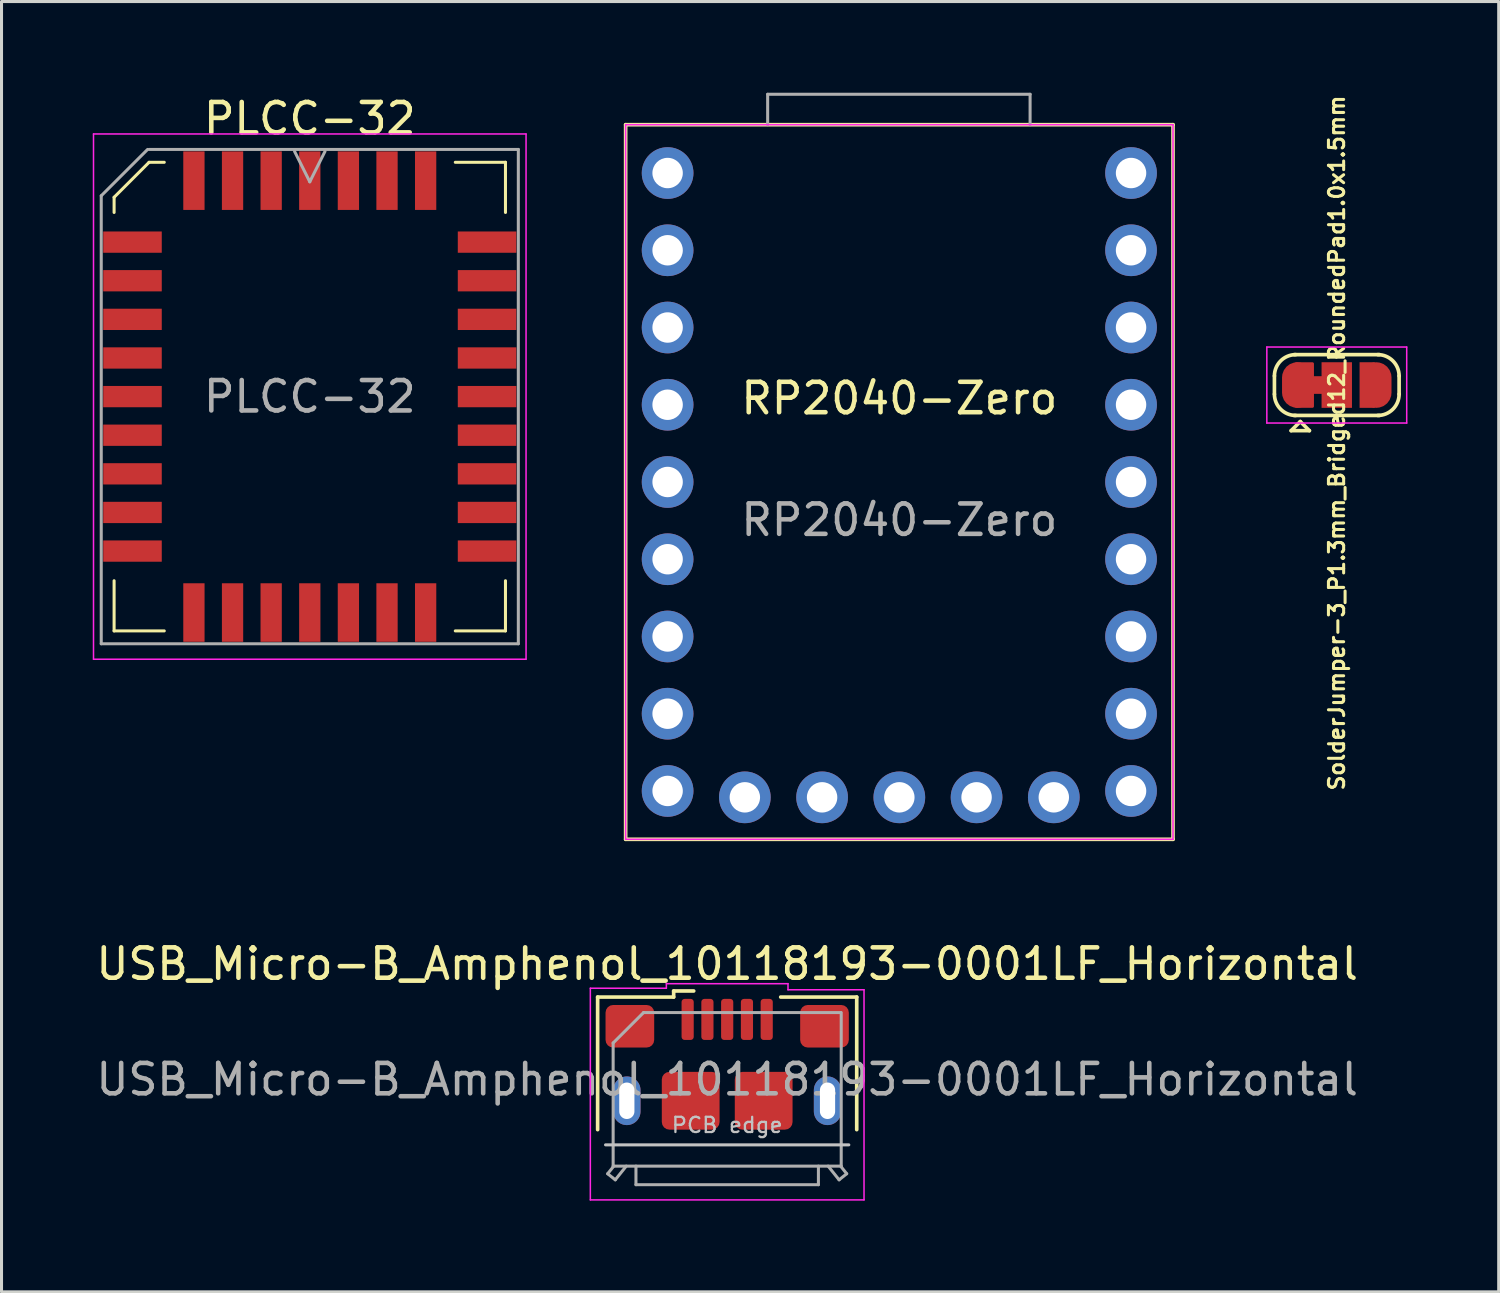
<source format=kicad_pcb>
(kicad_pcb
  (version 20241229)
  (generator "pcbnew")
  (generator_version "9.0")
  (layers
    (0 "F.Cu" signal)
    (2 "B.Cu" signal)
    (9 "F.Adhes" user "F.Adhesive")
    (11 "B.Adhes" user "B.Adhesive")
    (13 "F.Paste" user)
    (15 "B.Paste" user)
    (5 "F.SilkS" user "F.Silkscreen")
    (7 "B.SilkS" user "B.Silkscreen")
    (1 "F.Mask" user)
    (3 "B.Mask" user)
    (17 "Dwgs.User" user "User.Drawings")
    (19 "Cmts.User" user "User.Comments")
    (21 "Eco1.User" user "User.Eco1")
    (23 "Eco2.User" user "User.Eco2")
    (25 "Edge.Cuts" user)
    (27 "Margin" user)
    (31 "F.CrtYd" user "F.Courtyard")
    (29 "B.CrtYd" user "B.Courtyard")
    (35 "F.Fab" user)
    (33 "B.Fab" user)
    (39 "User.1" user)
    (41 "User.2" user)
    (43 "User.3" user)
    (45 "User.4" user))
  (footprint "PLCC-32"
    (layer "F.Cu")
    (at 7.137 9.992)
    (property "Reference" "PLCC-32" (at 0 -9.144 0) (layer "F.SilkS") (effects (font (size 1 1) (thickness 0.15))))
    (attr smd)
    (fp_line (start -6.435 -6.555) (end -6.435 -6.055) (stroke (width 0.1) (type solid)) (layer "F.SilkS"))
    (fp_line (start -6.435 7.705) (end -6.435 6.055) (stroke (width 0.1) (type solid)) (layer "F.SilkS"))
    (fp_line (start -5.285 -7.705) (end -6.435 -6.555) (stroke (width 0.1) (type solid)) (layer "F.SilkS"))
    (fp_line (start -4.785 -7.705) (end -5.285 -7.705) (stroke (width 0.1) (type solid)) (layer "F.SilkS"))
    (fp_line (start -4.785 7.705) (end -6.435 7.705) (stroke (width 0.1) (type solid)) (layer "F.SilkS"))
    (fp_line (start 4.785 -7.705) (end 6.435 -7.705) (stroke (width 0.1) (type solid)) (layer "F.SilkS"))
    (fp_line (start 4.785 7.705) (end 6.435 7.705) (stroke (width 0.1) (type solid)) (layer "F.SilkS"))
    (fp_line (start 6.435 -7.705) (end 6.435 -6.055) (stroke (width 0.1) (type solid)) (layer "F.SilkS"))
    (fp_line (start 6.435 7.705) (end 6.435 6.055) (stroke (width 0.1) (type solid)) (layer "F.SilkS"))
    (fp_line (start -7.112 -8.636) (end -7.112 8.636) (stroke (width 0.05) (type solid)) (layer "F.CrtYd"))
    (fp_line (start -7.112 8.636) (end 7.112 8.636) (stroke (width 0.05) (type solid)) (layer "F.CrtYd"))
    (fp_line (start 7.112 -8.636) (end -7.112 -8.636) (stroke (width 0.05) (type solid)) (layer "F.CrtYd"))
    (fp_line (start 7.112 8.636) (end 7.112 -8.636) (stroke (width 0.05) (type solid)) (layer "F.CrtYd"))
    (fp_line (start -6.858 -6.604) (end -6.858 8.128) (stroke (width 0.1) (type solid)) (layer "F.Fab"))
    (fp_line (start -6.858 8.128) (end 6.858 8.128) (stroke (width 0.1) (type solid)) (layer "F.Fab"))
    (fp_line (start -5.334 -8.128) (end -6.858 -6.604) (stroke (width 0.1) (type solid)) (layer "F.Fab"))
    (fp_line (start -0.5 -8.063) (end 0 -7.063) (stroke (width 0.1) (type solid)) (layer "F.Fab"))
    (fp_line (start 0 -7.063) (end 0.5 -8.063) (stroke (width 0.1) (type solid)) (layer "F.Fab"))
    (fp_line (start 6.858 -8.128) (end -5.285 -8.128) (stroke (width 0.1) (type solid)) (layer "F.Fab"))
    (fp_line (start 6.858 8.128) (end 6.858 -8.128) (stroke (width 0.1) (type solid)) (layer "F.Fab"))
    (fp_text user "${REFERENCE}" (at 0 0 0) (layer "F.Fab") (effects (font (size 1 1) (thickness 0.15))))
    (pad "1" smd rect (at 0 -7.101) (size 0.7 1.925) (layers "F.Cu" "F.Mask" "F.Paste"))
    (pad "2" smd rect (at -1.27 -7.101) (size 0.7 1.925) (layers "F.Cu" "F.Mask" "F.Paste"))
    (pad "3" smd rect (at -2.54 -7.101) (size 0.7 1.925) (layers "F.Cu" "F.Mask" "F.Paste"))
    (pad "4" smd rect (at -3.81 -7.101) (size 0.7 1.925) (layers "F.Cu" "F.Mask" "F.Paste"))
    (pad "5" smd rect (at -5.83 -5.08) (size 1.925 0.7) (layers "F.Cu" "F.Mask" "F.Paste"))
    (pad "6" smd rect (at -5.83 -3.81) (size 1.925 0.7) (layers "F.Cu" "F.Mask" "F.Paste"))
    (pad "7" smd rect (at -5.83 -2.54) (size 1.925 0.7) (layers "F.Cu" "F.Mask" "F.Paste"))
    (pad "8" smd rect (at -5.83 -1.27) (size 1.925 0.7) (layers "F.Cu" "F.Mask" "F.Paste"))
    (pad "9" smd rect (at -5.83 0) (size 1.925 0.7) (layers "F.Cu" "F.Mask" "F.Paste"))
    (pad "10" smd rect (at -5.83 1.27) (size 1.925 0.7) (layers "F.Cu" "F.Mask" "F.Paste"))
    (pad "11" smd rect (at -5.83 2.54) (size 1.925 0.7) (layers "F.Cu" "F.Mask" "F.Paste"))
    (pad "12" smd rect (at -5.83 3.81) (size 1.925 0.7) (layers "F.Cu" "F.Mask" "F.Paste"))
    (pad "13" smd rect (at -5.83 5.08) (size 1.925 0.7) (layers "F.Cu" "F.Mask" "F.Paste"))
    (pad "14" smd rect (at -3.81 7.101) (size 0.7 1.925) (layers "F.Cu" "F.Mask" "F.Paste"))
    (pad "15" smd rect (at -2.54 7.101) (size 0.7 1.925) (layers "F.Cu" "F.Mask" "F.Paste"))
    (pad "16" smd rect (at -1.27 7.101) (size 0.7 1.925) (layers "F.Cu" "F.Mask" "F.Paste"))
    (pad "17" smd rect (at 0 7.101) (size 0.7 1.925) (layers "F.Cu" "F.Mask" "F.Paste"))
    (pad "18" smd rect (at 1.27 7.101) (size 0.7 1.925) (layers "F.Cu" "F.Mask" "F.Paste"))
    (pad "19" smd rect (at 2.54 7.101) (size 0.7 1.925) (layers "F.Cu" "F.Mask" "F.Paste"))
    (pad "20" smd rect (at 3.81 7.101) (size 0.7 1.925) (layers "F.Cu" "F.Mask" "F.Paste"))
    (pad "21" smd rect (at 5.83 5.08) (size 1.925 0.7) (layers "F.Cu" "F.Mask" "F.Paste"))
    (pad "22" smd rect (at 5.83 3.81) (size 1.925 0.7) (layers "F.Cu" "F.Mask" "F.Paste"))
    (pad "23" smd rect (at 5.83 2.54) (size 1.925 0.7) (layers "F.Cu" "F.Mask" "F.Paste"))
    (pad "24" smd rect (at 5.83 1.27) (size 1.925 0.7) (layers "F.Cu" "F.Mask" "F.Paste"))
    (pad "25" smd rect (at 5.83 0) (size 1.925 0.7) (layers "F.Cu" "F.Mask" "F.Paste"))
    (pad "26" smd rect (at 5.83 -1.27) (size 1.925 0.7) (layers "F.Cu" "F.Mask" "F.Paste"))
    (pad "27" smd rect (at 5.83 -2.54) (size 1.925 0.7) (layers "F.Cu" "F.Mask" "F.Paste"))
    (pad "28" smd rect (at 5.83 -3.81) (size 1.925 0.7) (layers "F.Cu" "F.Mask" "F.Paste"))
    (pad "29" smd rect (at 5.83 -5.08) (size 1.925 0.7) (layers "F.Cu" "F.Mask" "F.Paste"))
    (pad "30" smd rect (at 3.81 -7.101) (size 0.7 1.925) (layers "F.Cu" "F.Mask" "F.Paste"))
    (pad "31" smd rect (at 2.54 -7.101) (size 0.7 1.925) (layers "F.Cu" "F.Mask" "F.Paste"))
    (pad "32" smd rect (at 1.27 -7.101) (size 0.7 1.925) (layers "F.Cu" "F.Mask" "F.Paste")))
  (footprint "RP2040-Zero"
    (layer "F.Cu")
    (at 17.524 24.55)
    (property "Reference" "RP2040-Zero" (at 9 -14.5 0) (unlocked yes) (layer "F.SilkS") (effects (font (size 1 1) (thickness 0.15))))
    (attr through_hole)
    (fp_line (start 0 -23.5) (end 0 0) (stroke (width 0.12) (type solid)) (layer "F.SilkS"))
    (fp_line (start 0 0) (end 18 0) (stroke (width 0.12) (type solid)) (layer "F.SilkS"))
    (fp_line (start 18 -23.5) (end 0 -23.5) (stroke (width 0.12) (type solid)) (layer "F.SilkS"))
    (fp_line (start 18 0) (end 18 -23.5) (stroke (width 0.12) (type solid)) (layer "F.SilkS"))
    (fp_line (start 0 -23.5) (end 18 -23.5) (stroke (width 0.05) (type solid)) (layer "F.CrtYd"))
    (fp_line (start 0 0) (end 0 -23.5) (stroke (width 0.05) (type solid)) (layer "F.CrtYd"))
    (fp_line (start 18 -23.5) (end 18 0) (stroke (width 0.05) (type solid)) (layer "F.CrtYd"))
    (fp_line (start 18 0) (end 0 0) (stroke (width 0.05) (type solid)) (layer "F.CrtYd"))
    (fp_line (start 4.67 -24.5) (end 4.67 -23.5) (stroke (width 0.1) (type solid)) (layer "F.Fab"))
    (fp_line (start 4.67 -24.5) (end 13.3 -24.5) (stroke (width 0.1) (type solid)) (layer "F.Fab"))
    (fp_line (start 13.3 -24.5) (end 13.3 -23.5) (stroke (width 0.1) (type solid)) (layer "F.Fab"))
    (fp_text user "${REFERENCE}" (at 9 -10.5 0) (unlocked yes) (layer "F.Fab") (effects (font (size 1 1) (thickness 0.15))))
    (pad "1" thru_hole circle (at 16.62 -21.91) (size 1.7 1.7) (drill 1) (layers "*.Cu" "*.Mask"))
    (pad "2" thru_hole circle (at 16.62 -19.37) (size 1.7 1.7) (drill 1) (layers "*.Cu" "*.Mask"))
    (pad "3" thru_hole circle (at 16.62 -16.83) (size 1.7 1.7) (drill 1) (layers "*.Cu" "*.Mask"))
    (pad "4" thru_hole circle (at 16.62 -14.29) (size 1.7 1.7) (drill 1) (layers "*.Cu" "*.Mask"))
    (pad "5" thru_hole circle (at 16.62 -11.75) (size 1.7 1.7) (drill 1) (layers "*.Cu" "*.Mask"))
    (pad "6" thru_hole circle (at 16.62 -9.21) (size 1.7 1.7) (drill 1) (layers "*.Cu" "*.Mask"))
    (pad "7" thru_hole circle (at 16.62 -6.67) (size 1.7 1.7) (drill 1) (layers "*.Cu" "*.Mask"))
    (pad "8" thru_hole circle (at 16.62 -4.13) (size 1.7 1.7) (drill 1) (layers "*.Cu" "*.Mask"))
    (pad "9" thru_hole circle (at 16.62 -1.59) (size 1.7 1.7) (drill 1) (layers "*.Cu" "*.Mask"))
    (pad "10" thru_hole circle (at 14.08 -1.38) (size 1.7 1.7) (drill 1) (layers "*.Cu" "*.Mask"))
    (pad "11" thru_hole circle (at 11.54 -1.38) (size 1.7 1.7) (drill 1) (layers "*.Cu" "*.Mask"))
    (pad "12" thru_hole circle (at 9 -1.38) (size 1.7 1.7) (drill 1) (layers "*.Cu" "*.Mask"))
    (pad "13" thru_hole circle (at 6.46 -1.38) (size 1.7 1.7) (drill 1) (layers "*.Cu" "*.Mask"))
    (pad "14" thru_hole circle (at 3.92 -1.38) (size 1.7 1.7) (drill 1) (layers "*.Cu" "*.Mask"))
    (pad "15" thru_hole circle (at 1.38 -1.59) (size 1.7 1.7) (drill 1) (layers "*.Cu" "*.Mask"))
    (pad "16" thru_hole circle (at 1.38 -4.13) (size 1.7 1.7) (drill 1) (layers "*.Cu" "*.Mask"))
    (pad "17" thru_hole circle (at 1.38 -6.67) (size 1.7 1.7) (drill 1) (layers "*.Cu" "*.Mask"))
    (pad "18" thru_hole circle (at 1.38 -9.21) (size 1.7 1.7) (drill 1) (layers "*.Cu" "*.Mask"))
    (pad "19" thru_hole circle (at 1.38 -11.75) (size 1.7 1.7) (drill 1) (layers "*.Cu" "*.Mask"))
    (pad "20" thru_hole circle (at 1.38 -14.29) (size 1.7 1.7) (drill 1) (layers "*.Cu" "*.Mask"))
    (pad "21" thru_hole circle (at 1.38 -16.83) (size 1.7 1.7) (drill 1) (layers "*.Cu" "*.Mask"))
    (pad "22" thru_hole circle (at 1.38 -21.91) (size 1.7 1.7) (drill 1) (layers "*.Cu" "*.Mask"))
    (pad "23" thru_hole circle (at 1.38 -19.37) (size 1.7 1.7) (drill 1) (layers "*.Cu" "*.Mask")))
  (footprint "SolderJumper-3_P1.3mm_Bridged12_RoundedPad1.0x1.5mm"
    (layer "F.Cu")
    (at 40.909 9.612)
    (property "Reference" "SolderJumper-3_P1.3mm_Bridged12_RoundedPad1.0x1.5mm" (at 0 1.905 270) (layer "F.SilkS") (effects (font (size 0.5 0.5) (thickness 0.1))))
    (attr exclude_from_pos_files exclude_from_bom)
    (fp_poly (pts (xy -0.495 0.241) (xy -0.495 -0.241) (xy -0.8 -0.241) (xy -0.8 -0.699) (xy -1.333 -0.699) (xy -1.333 0.699) (xy -0.8 0.699) (xy -0.8 0.241)) (stroke (width 0.1) (type solid)) (fill yes) (layer "F.Cu"))
    (fp_line (start -2.05 0.3) (end -2.05 -0.3) (stroke (width 0.12) (type solid)) (layer "F.SilkS"))
    (fp_line (start -1.5 1.5) (end -0.9 1.5) (stroke (width 0.12) (type solid)) (layer "F.SilkS"))
    (fp_line (start -1.4 -1) (end 1.4 -1) (stroke (width 0.12) (type solid)) (layer "F.SilkS"))
    (fp_line (start -1.2 1.2) (end -1.5 1.5) (stroke (width 0.12) (type solid)) (layer "F.SilkS"))
    (fp_line (start -1.2 1.2) (end -0.9 1.5) (stroke (width 0.12) (type solid)) (layer "F.SilkS"))
    (fp_line (start 1.4 1) (end -1.4 1) (stroke (width 0.12) (type solid)) (layer "F.SilkS"))
    (fp_line (start 2.05 -0.3) (end 2.05 0.3) (stroke (width 0.12) (type solid)) (layer "F.SilkS"))
    (fp_arc (start -2.05 -0.3) (mid -1.844975 -0.794975) (end -1.35 -1) (stroke (width 0.12) (type solid)) (layer "F.SilkS"))
    (fp_arc (start -1.35 1) (mid -1.844975 0.794975) (end -2.05 0.3) (stroke (width 0.12) (type solid)) (layer "F.SilkS"))
    (fp_arc (start 1.35 -1) (mid 1.844975 -0.794975) (end 2.05 -0.3) (stroke (width 0.12) (type solid)) (layer "F.SilkS"))
    (fp_arc (start 2.05 0.3) (mid 1.844975 0.794975) (end 1.35 1) (stroke (width 0.12) (type solid)) (layer "F.SilkS"))
    (fp_line (start -2.3 -1.25) (end -2.3 1.25) (stroke (width 0.05) (type solid)) (layer "F.CrtYd"))
    (fp_line (start -2.3 -1.25) (end 2.3 -1.25) (stroke (width 0.05) (type solid)) (layer "F.CrtYd"))
    (fp_line (start 2.3 1.25) (end -2.3 1.25) (stroke (width 0.05) (type solid)) (layer "F.CrtYd"))
    (fp_line (start 2.3 1.25) (end 2.3 -1.25) (stroke (width 0.05) (type solid)) (layer "F.CrtYd"))
    (pad "1" smd roundrect (at -1.3 0) (size 1 1.5) (layers "F.Cu" "F.Mask") (roundrect_rratio 0.5))
    (pad "2" smd rect (at 0 0) (size 1 1.5) (layers "F.Cu" "F.Mask"))
    (pad "3" smd rect (at 1 0) (size 0.5 1.5) (layers "F.Cu" "F.Mask"))
    (pad "3" smd roundrect (at 1.3 0) (size 1 1.5) (layers "F.Cu" "F.Mask") (roundrect_rratio 0.5)))
  (footprint "USB_Micro-B_Amphenol_10118193-0001LF_Horizontal"
    (layer "F.Cu")
    (at 20.863 33.148)
    (property "Reference" "USB_Micro-B_Amphenol_10118193-0001LF_Horizontal" (at 0 -4.5 0) (layer "F.SilkS") (effects (font (size 1 1) (thickness 0.15))))
    (attr smd)
    (fp_line (start -4.26 -3.41) (end -4.26 0.95) (stroke (width 0.12) (type solid)) (layer "F.SilkS"))
    (fp_line (start -4.26 -3.41) (end -1.76 -3.41) (stroke (width 0.12) (type default)) (layer "F.SilkS"))
    (fp_line (start -1.76 -3.41) (end -1.76 -3.61) (stroke (width 0.12) (type default)) (layer "F.SilkS"))
    (fp_line (start -1.1 -3.61) (end -1.76 -3.61) (stroke (width 0.12) (type default)) (layer "F.SilkS"))
    (fp_line (start 1.76 -3.41) (end 4.26 -3.41) (stroke (width 0.12) (type default)) (layer "F.SilkS"))
    (fp_line (start 4.26 -3.41) (end 4.26 0.95) (stroke (width 0.12) (type solid)) (layer "F.SilkS"))
    (fp_line (start -4 1.45) (end 4 1.45) (stroke (width 0.1) (type solid)) (layer "Dwgs.User"))
    (fp_line (start -4.5 -3.7) (end -4.5 3.26) (stroke (width 0.05) (type solid)) (layer "F.CrtYd"))
    (fp_line (start -4.5 -3.7) (end -2 -3.7) (stroke (width 0.05) (type default)) (layer "F.CrtYd"))
    (fp_line (start -2 -3.85) (end 2 -3.85) (stroke (width 0.05) (type solid)) (layer "F.CrtYd"))
    (fp_line (start -2 -3.7) (end -2 -3.85) (stroke (width 0.05) (type default)) (layer "F.CrtYd"))
    (fp_line (start 2 -3.65) (end 2 -3.85) (stroke (width 0.05) (type default)) (layer "F.CrtYd"))
    (fp_line (start 4.5 -3.65) (end 2 -3.65) (stroke (width 0.05) (type default)) (layer "F.CrtYd"))
    (fp_line (start 4.5 3.26) (end -4.5 3.26) (stroke (width 0.05) (type solid)) (layer "F.CrtYd"))
    (fp_line (start 4.5 3.26) (end 4.5 -3.65) (stroke (width 0.05) (type solid)) (layer "F.CrtYd"))
    (fp_line (start -3.93 2.4) (end -3.68 2.6) (stroke (width 0.1) (type solid)) (layer "F.Fab"))
    (fp_line (start -3.75 -1.9) (end -3.75 2.15) (stroke (width 0.1) (type solid)) (layer "F.Fab"))
    (fp_line (start -3.75 -1.9) (end -2.75 -2.9) (stroke (width 0.1) (type default)) (layer "F.Fab"))
    (fp_line (start -3.75 2.15) (end 3.75 2.15) (stroke (width 0.1) (type solid)) (layer "F.Fab"))
    (fp_line (start -3.73 2.15) (end -3.93 2.4) (stroke (width 0.1) (type solid)) (layer "F.Fab"))
    (fp_line (start -3.32 2.15) (end -3.68 2.6) (stroke (width 0.1) (type solid)) (layer "F.Fab"))
    (fp_line (start -3 2.15) (end -3 2.76) (stroke (width 0.1) (type solid)) (layer "F.Fab"))
    (fp_line (start -3 2.76) (end 3 2.76) (stroke (width 0.1) (type solid)) (layer "F.Fab"))
    (fp_line (start 3 2.15) (end 3 2.76) (stroke (width 0.1) (type solid)) (layer "F.Fab"))
    (fp_line (start 3.32 2.15) (end 3.68 2.6) (stroke (width 0.1) (type solid)) (layer "F.Fab"))
    (fp_line (start 3.73 -2.9) (end -2.75 -2.9) (stroke (width 0.1) (type solid)) (layer "F.Fab"))
    (fp_line (start 3.73 2.15) (end 3.93 2.4) (stroke (width 0.1) (type solid)) (layer "F.Fab"))
    (fp_line (start 3.75 2.15) (end 3.75 -2.9) (stroke (width 0.1) (type solid)) (layer "F.Fab"))
    (fp_line (start 3.93 2.4) (end 3.68 2.6) (stroke (width 0.1) (type solid)) (layer "F.Fab"))
    (fp_text user "PCB edge" (at 0 0.8 0) (layer "Dwgs.User") (effects (font (size 0.5 0.5) (thickness 0.075))))
    (fp_text user "${REFERENCE}" (at 0 -0.7 0) (layer "F.Fab") (effects (font (size 1 1) (thickness 0.15))))
    (pad "1" smd roundrect (at 1.3 -2.675) (size 0.4 1.35) (layers "F.Cu" "F.Mask" "F.Paste") (roundrect_rratio 0.25))
    (pad "2" smd roundrect (at 0.65 -2.675) (size 0.4 1.35) (layers "F.Cu" "F.Mask" "F.Paste") (roundrect_rratio 0.25))
    (pad "3" smd roundrect (at 0 -2.675) (size 0.4 1.35) (layers "F.Cu" "F.Mask" "F.Paste") (roundrect_rratio 0.25))
    (pad "4" smd roundrect (at -0.65 -2.675) (size 0.4 1.35) (layers "F.Cu" "F.Mask" "F.Paste") (roundrect_rratio 0.25))
    (pad "5" smd roundrect (at -1.3 -2.675) (size 0.4 1.35) (layers "F.Cu" "F.Mask" "F.Paste") (roundrect_rratio 0.25))
    (pad "6" thru_hole oval (at -3.3 0 90) (size 1.6 0.9) (drill oval 1.2 0.5) (layers "*.Cu" "*.Mask" "F.Paste"))
    (pad "6" smd roundrect (at -3.2 -2.45) (size 1.6 1.4) (layers "F.Cu" "F.Mask" "F.Paste") (roundrect_rratio 0.179))
    (pad "6" smd roundrect (at -1.2 0) (size 1.9 1.9) (layers "F.Cu" "F.Mask" "F.Paste") (roundrect_rratio 0.132))
    (pad "6" smd roundrect (at 1.2 0) (size 1.9 1.9) (layers "F.Cu" "F.Mask" "F.Paste") (roundrect_rratio 0.132))
    (pad "6" smd roundrect (at 3.2 -2.45) (size 1.6 1.4) (layers "F.Cu" "F.Mask" "F.Paste") (roundrect_rratio 0.179))
    (pad "6" thru_hole oval (at 3.3 0 90) (size 1.6 0.9) (drill oval 1.2 0.5) (layers "*.Cu" "*.Mask" "F.Paste")))
  (gr_rect
    (start -3 -3)
    (end 46.234 39.433)
    (stroke (width 0.1) (type default))
    (fill no)
    (layer "Edge.Cuts")))
</source>
